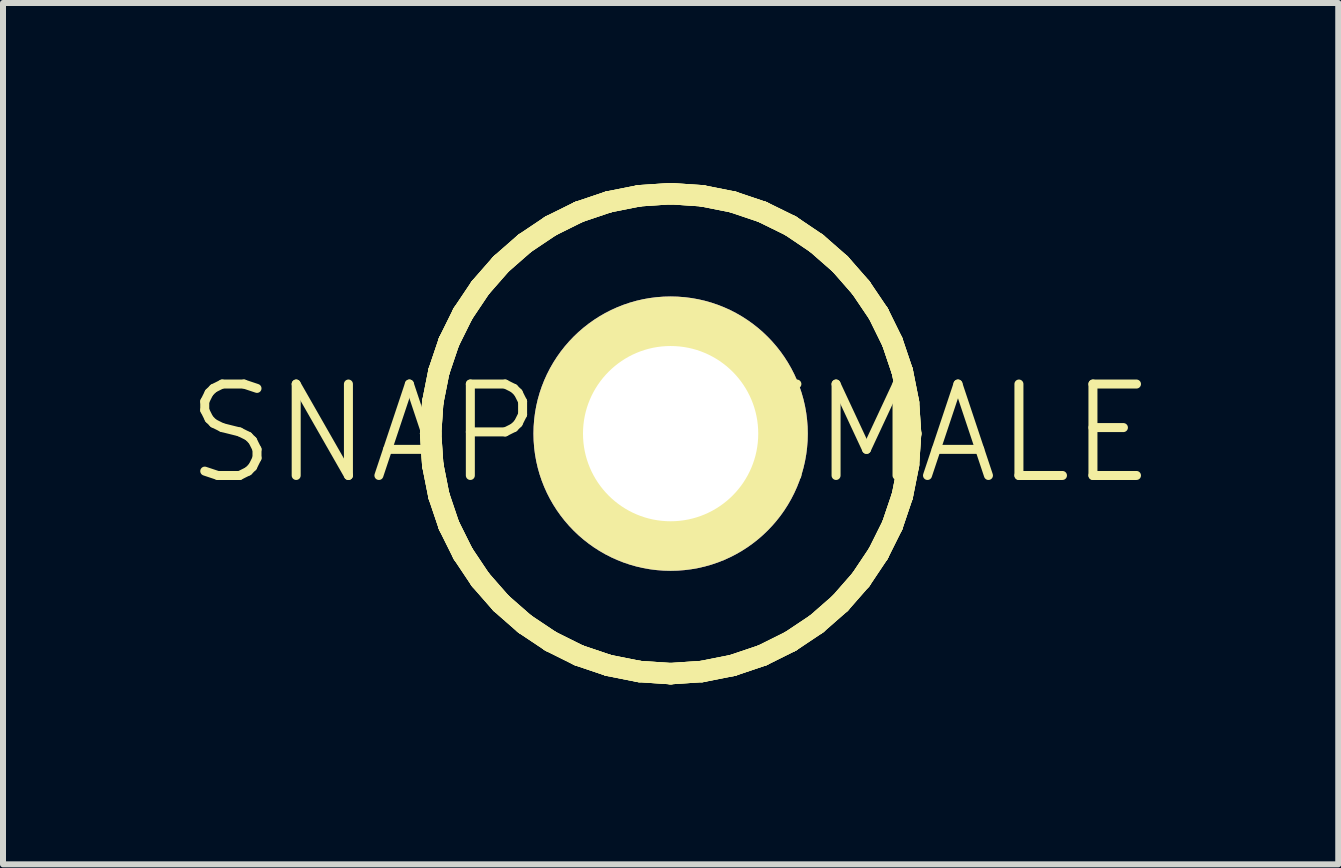
<source format=kicad_pcb>
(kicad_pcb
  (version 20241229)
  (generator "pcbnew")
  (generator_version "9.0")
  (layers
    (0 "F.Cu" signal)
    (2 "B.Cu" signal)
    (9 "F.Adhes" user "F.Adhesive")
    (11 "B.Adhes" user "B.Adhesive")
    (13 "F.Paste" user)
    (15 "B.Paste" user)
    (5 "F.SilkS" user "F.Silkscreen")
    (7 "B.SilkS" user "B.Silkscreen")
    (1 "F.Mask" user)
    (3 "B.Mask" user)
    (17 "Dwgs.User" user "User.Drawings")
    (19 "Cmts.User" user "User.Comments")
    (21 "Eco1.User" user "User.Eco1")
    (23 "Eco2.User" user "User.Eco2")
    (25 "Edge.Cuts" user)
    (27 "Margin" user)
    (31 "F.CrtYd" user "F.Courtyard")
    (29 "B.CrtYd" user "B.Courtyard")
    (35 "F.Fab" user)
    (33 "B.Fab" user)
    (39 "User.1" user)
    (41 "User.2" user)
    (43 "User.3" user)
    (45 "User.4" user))
  (footprint "SNAP-FEMALE"
    (layer "F.Cu")
    (at 8.128 4.178)
    (property "Reference" "SNAP-FEMALE" (at 0 0 0) (layer "F.SilkS") (effects (font (size 1.524 1.524) (thickness 0.15))))
    (attr exclude_from_pos_files exclude_from_bom)
    (fp_line (start -4 0) (end -3.965 -0.521) (stroke (width 0.254) (type solid)) (layer "B.Cu"))
    (fp_line (start -3.965 -0.521) (end -3.863 -1.034) (stroke (width 0.254) (type solid)) (layer "B.Cu"))
    (fp_line (start -3.965 0.521) (end -4 0) (stroke (width 0.254) (type solid)) (layer "B.Cu"))
    (fp_line (start -3.863 -1.034) (end -3.696 -1.529) (stroke (width 0.254) (type solid)) (layer "B.Cu"))
    (fp_line (start -3.863 1.034) (end -3.965 0.521) (stroke (width 0.254) (type solid)) (layer "B.Cu"))
    (fp_line (start -3.696 -1.529) (end -3.462 -1.999) (stroke (width 0.254) (type solid)) (layer "B.Cu"))
    (fp_line (start -3.696 1.529) (end -3.863 1.034) (stroke (width 0.254) (type solid)) (layer "B.Cu"))
    (fp_line (start -3.462 -1.999) (end -3.172 -2.433) (stroke (width 0.254) (type solid)) (layer "B.Cu"))
    (fp_line (start -3.462 1.999) (end -3.696 1.529) (stroke (width 0.254) (type solid)) (layer "B.Cu"))
    (fp_line (start -3.172 -2.433) (end -2.827 -2.827) (stroke (width 0.254) (type solid)) (layer "B.Cu"))
    (fp_line (start -3.172 2.433) (end -3.462 1.999) (stroke (width 0.254) (type solid)) (layer "B.Cu"))
    (fp_line (start -2.827 -2.827) (end -2.433 -3.172) (stroke (width 0.254) (type solid)) (layer "B.Cu"))
    (fp_line (start -2.827 2.827) (end -3.172 2.433) (stroke (width 0.254) (type solid)) (layer "B.Cu"))
    (fp_line (start -2.433 -3.172) (end -1.999 -3.462) (stroke (width 0.254) (type solid)) (layer "B.Cu"))
    (fp_line (start -2.433 3.172) (end -2.827 2.827) (stroke (width 0.254) (type solid)) (layer "B.Cu"))
    (fp_line (start -1.999 -3.462) (end -1.529 -3.696) (stroke (width 0.254) (type solid)) (layer "B.Cu"))
    (fp_line (start -1.999 3.462) (end -2.433 3.172) (stroke (width 0.254) (type solid)) (layer "B.Cu"))
    (fp_line (start -1.529 -3.696) (end -1.034 -3.863) (stroke (width 0.254) (type solid)) (layer "B.Cu"))
    (fp_line (start -1.529 3.696) (end -1.999 3.462) (stroke (width 0.254) (type solid)) (layer "B.Cu"))
    (fp_line (start -1.034 -3.863) (end -0.521 -3.965) (stroke (width 0.254) (type solid)) (layer "B.Cu"))
    (fp_line (start -1.034 3.863) (end -1.529 3.696) (stroke (width 0.254) (type solid)) (layer "B.Cu"))
    (fp_line (start -0.521 -3.965) (end 0 -4) (stroke (width 0.254) (type solid)) (layer "B.Cu"))
    (fp_line (start -0.521 3.965) (end -1.034 3.863) (stroke (width 0.254) (type solid)) (layer "B.Cu"))
    (fp_line (start 0 -4) (end 0.521 -3.965) (stroke (width 0.254) (type solid)) (layer "B.Cu"))
    (fp_line (start 0 4) (end -0.521 3.965) (stroke (width 0.254) (type solid)) (layer "B.Cu"))
    (fp_line (start 0.521 -3.965) (end 1.034 -3.863) (stroke (width 0.254) (type solid)) (layer "B.Cu"))
    (fp_line (start 0.521 3.965) (end 0 4) (stroke (width 0.254) (type solid)) (layer "B.Cu"))
    (fp_line (start 1.034 -3.863) (end 1.529 -3.696) (stroke (width 0.254) (type solid)) (layer "B.Cu"))
    (fp_line (start 1.034 3.863) (end 0.521 3.965) (stroke (width 0.254) (type solid)) (layer "B.Cu"))
    (fp_line (start 1.529 -3.696) (end 1.999 -3.465) (stroke (width 0.254) (type solid)) (layer "B.Cu"))
    (fp_line (start 1.529 3.696) (end 1.034 3.863) (stroke (width 0.254) (type solid)) (layer "B.Cu"))
    (fp_line (start 1.999 -3.465) (end 2.433 -3.172) (stroke (width 0.254) (type solid)) (layer "B.Cu"))
    (fp_line (start 1.999 3.462) (end 1.529 3.696) (stroke (width 0.254) (type solid)) (layer "B.Cu"))
    (fp_line (start 2.433 -3.172) (end 2.827 -2.827) (stroke (width 0.254) (type solid)) (layer "B.Cu"))
    (fp_line (start 2.433 3.172) (end 1.999 3.462) (stroke (width 0.254) (type solid)) (layer "B.Cu"))
    (fp_line (start 2.827 -2.827) (end 3.172 -2.433) (stroke (width 0.254) (type solid)) (layer "B.Cu"))
    (fp_line (start 2.827 2.827) (end 2.433 3.172) (stroke (width 0.254) (type solid)) (layer "B.Cu"))
    (fp_line (start 3.172 -2.433) (end 3.465 -1.999) (stroke (width 0.254) (type solid)) (layer "B.Cu"))
    (fp_line (start 3.172 2.433) (end 2.827 2.827) (stroke (width 0.254) (type solid)) (layer "B.Cu"))
    (fp_line (start 3.462 1.999) (end 3.172 2.433) (stroke (width 0.254) (type solid)) (layer "B.Cu"))
    (fp_line (start 3.465 -1.999) (end 3.696 -1.529) (stroke (width 0.254) (type solid)) (layer "B.Cu"))
    (fp_line (start 3.696 -1.529) (end 3.863 -1.034) (stroke (width 0.254) (type solid)) (layer "B.Cu"))
    (fp_line (start 3.696 1.529) (end 3.462 1.999) (stroke (width 0.254) (type solid)) (layer "B.Cu"))
    (fp_line (start 3.863 -1.034) (end 3.965 -0.521) (stroke (width 0.254) (type solid)) (layer "B.Cu"))
    (fp_line (start 3.863 1.034) (end 3.696 1.529) (stroke (width 0.254) (type solid)) (layer "B.Cu"))
    (fp_line (start 3.965 -0.521) (end 4 0) (stroke (width 0.254) (type solid)) (layer "B.Cu"))
    (fp_line (start 3.965 0.521) (end 3.863 1.034) (stroke (width 0.254) (type solid)) (layer "B.Cu"))
    (fp_line (start 4 0) (end 3.965 0.521) (stroke (width 0.254) (type solid)) (layer "B.Cu"))
    (fp_line (start -4 0) (end -3.965 -0.521) (stroke (width 0.356) (type solid)) (layer "F.SilkS"))
    (fp_line (start -4 0) (end -3.965 -0.521) (stroke (width 0.356) (type solid)) (layer "F.SilkS"))
    (fp_line (start -4 0) (end -3.965 -0.521) (stroke (width 0.356) (type solid)) (layer "F.SilkS"))
    (fp_line (start -3.965 -0.521) (end -3.863 -1.034) (stroke (width 0.356) (type solid)) (layer "F.SilkS"))
    (fp_line (start -3.965 -0.521) (end -3.863 -1.034) (stroke (width 0.356) (type solid)) (layer "F.SilkS"))
    (fp_line (start -3.965 -0.521) (end -3.863 -1.034) (stroke (width 0.356) (type solid)) (layer "F.SilkS"))
    (fp_line (start -3.965 0.521) (end -4 0) (stroke (width 0.356) (type solid)) (layer "F.SilkS"))
    (fp_line (start -3.965 0.521) (end -4 0) (stroke (width 0.356) (type solid)) (layer "F.SilkS"))
    (fp_line (start -3.965 0.521) (end -4 0) (stroke (width 0.356) (type solid)) (layer "F.SilkS"))
    (fp_line (start -3.863 -1.034) (end -3.696 -1.529) (stroke (width 0.356) (type solid)) (layer "F.SilkS"))
    (fp_line (start -3.863 -1.034) (end -3.696 -1.529) (stroke (width 0.356) (type solid)) (layer "F.SilkS"))
    (fp_line (start -3.863 -1.034) (end -3.696 -1.529) (stroke (width 0.356) (type solid)) (layer "F.SilkS"))
    (fp_line (start -3.863 1.034) (end -3.965 0.521) (stroke (width 0.356) (type solid)) (layer "F.SilkS"))
    (fp_line (start -3.863 1.034) (end -3.965 0.521) (stroke (width 0.356) (type solid)) (layer "F.SilkS"))
    (fp_line (start -3.863 1.034) (end -3.965 0.521) (stroke (width 0.356) (type solid)) (layer "F.SilkS"))
    (fp_line (start -3.696 -1.529) (end -3.465 -1.999) (stroke (width 0.356) (type solid)) (layer "F.SilkS"))
    (fp_line (start -3.696 -1.529) (end -3.462 -1.999) (stroke (width 0.356) (type solid)) (layer "F.SilkS"))
    (fp_line (start -3.696 -1.529) (end -3.462 -1.999) (stroke (width 0.356) (type solid)) (layer "F.SilkS"))
    (fp_line (start -3.696 1.529) (end -3.863 1.034) (stroke (width 0.356) (type solid)) (layer "F.SilkS"))
    (fp_line (start -3.696 1.529) (end -3.863 1.034) (stroke (width 0.356) (type solid)) (layer "F.SilkS"))
    (fp_line (start -3.696 1.529) (end -3.863 1.034) (stroke (width 0.356) (type solid)) (layer "F.SilkS"))
    (fp_line (start -3.465 -1.999) (end -3.172 -2.433) (stroke (width 0.356) (type solid)) (layer "F.SilkS"))
    (fp_line (start -3.462 -1.999) (end -3.172 -2.433) (stroke (width 0.356) (type solid)) (layer "F.SilkS"))
    (fp_line (start -3.462 -1.999) (end -3.172 -2.433) (stroke (width 0.356) (type solid)) (layer "F.SilkS"))
    (fp_line (start -3.462 1.999) (end -3.696 1.529) (stroke (width 0.356) (type solid)) (layer "F.SilkS"))
    (fp_line (start -3.462 1.999) (end -3.696 1.529) (stroke (width 0.356) (type solid)) (layer "F.SilkS"))
    (fp_line (start -3.462 1.999) (end -3.696 1.529) (stroke (width 0.356) (type solid)) (layer "F.SilkS"))
    (fp_line (start -3.172 -2.433) (end -2.827 -2.827) (stroke (width 0.356) (type solid)) (layer "F.SilkS"))
    (fp_line (start -3.172 -2.433) (end -2.827 -2.827) (stroke (width 0.356) (type solid)) (layer "F.SilkS"))
    (fp_line (start -3.172 -2.433) (end -2.827 -2.827) (stroke (width 0.356) (type solid)) (layer "F.SilkS"))
    (fp_line (start -3.172 2.433) (end -3.462 1.999) (stroke (width 0.356) (type solid)) (layer "F.SilkS"))
    (fp_line (start -3.172 2.433) (end -3.462 1.999) (stroke (width 0.356) (type solid)) (layer "F.SilkS"))
    (fp_line (start -3.172 2.433) (end -3.462 1.999) (stroke (width 0.356) (type solid)) (layer "F.SilkS"))
    (fp_line (start -2.827 -2.827) (end -2.433 -3.172) (stroke (width 0.356) (type solid)) (layer "F.SilkS"))
    (fp_line (start -2.827 -2.827) (end -2.433 -3.172) (stroke (width 0.356) (type solid)) (layer "F.SilkS"))
    (fp_line (start -2.827 -2.827) (end -2.433 -3.172) (stroke (width 0.356) (type solid)) (layer "F.SilkS"))
    (fp_line (start -2.827 2.827) (end -3.172 2.433) (stroke (width 0.356) (type solid)) (layer "F.SilkS"))
    (fp_line (start -2.827 2.827) (end -3.172 2.433) (stroke (width 0.356) (type solid)) (layer "F.SilkS"))
    (fp_line (start -2.827 2.827) (end -3.172 2.433) (stroke (width 0.356) (type solid)) (layer "F.SilkS"))
    (fp_line (start -2.433 -3.172) (end -1.999 -3.465) (stroke (width 0.356) (type solid)) (layer "F.SilkS"))
    (fp_line (start -2.433 -3.172) (end -1.999 -3.462) (stroke (width 0.356) (type solid)) (layer "F.SilkS"))
    (fp_line (start -2.433 -3.172) (end -1.999 -3.462) (stroke (width 0.356) (type solid)) (layer "F.SilkS"))
    (fp_line (start -2.433 3.172) (end -2.827 2.827) (stroke (width 0.356) (type solid)) (layer "F.SilkS"))
    (fp_line (start -2.433 3.172) (end -2.827 2.827) (stroke (width 0.356) (type solid)) (layer "F.SilkS"))
    (fp_line (start -2.433 3.172) (end -2.827 2.827) (stroke (width 0.356) (type solid)) (layer "F.SilkS"))
    (fp_line (start -1.999 -3.465) (end -1.529 -3.696) (stroke (width 0.356) (type solid)) (layer "F.SilkS"))
    (fp_line (start -1.999 -3.462) (end -1.529 -3.696) (stroke (width 0.356) (type solid)) (layer "F.SilkS"))
    (fp_line (start -1.999 -3.462) (end -1.529 -3.696) (stroke (width 0.356) (type solid)) (layer "F.SilkS"))
    (fp_line (start -1.999 3.462) (end -2.433 3.172) (stroke (width 0.356) (type solid)) (layer "F.SilkS"))
    (fp_line (start -1.999 3.462) (end -2.433 3.172) (stroke (width 0.356) (type solid)) (layer "F.SilkS"))
    (fp_line (start -1.999 3.462) (end -2.433 3.172) (stroke (width 0.356) (type solid)) (layer "F.SilkS"))
    (fp_line (start -1.529 -3.696) (end -1.034 -3.863) (stroke (width 0.356) (type solid)) (layer "F.SilkS"))
    (fp_line (start -1.529 -3.696) (end -1.034 -3.863) (stroke (width 0.356) (type solid)) (layer "F.SilkS"))
    (fp_line (start -1.529 -3.696) (end -1.034 -3.863) (stroke (width 0.356) (type solid)) (layer "F.SilkS"))
    (fp_line (start -1.529 3.696) (end -1.999 3.462) (stroke (width 0.356) (type solid)) (layer "F.SilkS"))
    (fp_line (start -1.529 3.696) (end -1.999 3.462) (stroke (width 0.356) (type solid)) (layer "F.SilkS"))
    (fp_line (start -1.529 3.696) (end -1.999 3.462) (stroke (width 0.356) (type solid)) (layer "F.SilkS"))
    (fp_line (start -1.034 -3.863) (end -0.521 -3.965) (stroke (width 0.356) (type solid)) (layer "F.SilkS"))
    (fp_line (start -1.034 -3.863) (end -0.521 -3.965) (stroke (width 0.356) (type solid)) (layer "F.SilkS"))
    (fp_line (start -1.034 -3.863) (end -0.521 -3.965) (stroke (width 0.356) (type solid)) (layer "F.SilkS"))
    (fp_line (start -1.034 3.863) (end -1.529 3.696) (stroke (width 0.356) (type solid)) (layer "F.SilkS"))
    (fp_line (start -1.034 3.863) (end -1.529 3.696) (stroke (width 0.356) (type solid)) (layer "F.SilkS"))
    (fp_line (start -1.034 3.863) (end -1.529 3.696) (stroke (width 0.356) (type solid)) (layer "F.SilkS"))
    (fp_line (start -0.521 -3.965) (end 0 -4) (stroke (width 0.356) (type solid)) (layer "F.SilkS"))
    (fp_line (start -0.521 -3.965) (end 0 -4) (stroke (width 0.356) (type solid)) (layer "F.SilkS"))
    (fp_line (start -0.521 -3.965) (end 0 -4) (stroke (width 0.356) (type solid)) (layer "F.SilkS"))
    (fp_line (start -0.521 3.965) (end -1.034 3.863) (stroke (width 0.356) (type solid)) (layer "F.SilkS"))
    (fp_line (start -0.521 3.965) (end -1.034 3.863) (stroke (width 0.356) (type solid)) (layer "F.SilkS"))
    (fp_line (start -0.521 3.965) (end -1.034 3.863) (stroke (width 0.356) (type solid)) (layer "F.SilkS"))
    (fp_line (start 0 -4) (end 0.521 -3.965) (stroke (width 0.356) (type solid)) (layer "F.SilkS"))
    (fp_line (start 0 -4) (end 0.521 -3.965) (stroke (width 0.356) (type solid)) (layer "F.SilkS"))
    (fp_line (start 0 -4) (end 0.521 -3.965) (stroke (width 0.356) (type solid)) (layer "F.SilkS"))
    (fp_line (start 0 4) (end -0.521 3.965) (stroke (width 0.356) (type solid)) (layer "F.SilkS"))
    (fp_line (start 0 4) (end -0.521 3.965) (stroke (width 0.356) (type solid)) (layer "F.SilkS"))
    (fp_line (start 0 4) (end -0.521 3.965) (stroke (width 0.356) (type solid)) (layer "F.SilkS"))
    (fp_line (start 0.521 -3.965) (end 1.034 -3.863) (stroke (width 0.356) (type solid)) (layer "F.SilkS"))
    (fp_line (start 0.521 -3.965) (end 1.034 -3.863) (stroke (width 0.356) (type solid)) (layer "F.SilkS"))
    (fp_line (start 0.521 -3.965) (end 1.034 -3.863) (stroke (width 0.356) (type solid)) (layer "F.SilkS"))
    (fp_line (start 0.521 3.965) (end 0 4) (stroke (width 0.356) (type solid)) (layer "F.SilkS"))
    (fp_line (start 0.521 3.965) (end 0 4) (stroke (width 0.356) (type solid)) (layer "F.SilkS"))
    (fp_line (start 0.521 3.965) (end 0 4) (stroke (width 0.356) (type solid)) (layer "F.SilkS"))
    (fp_line (start 1.034 -3.863) (end 1.529 -3.696) (stroke (width 0.356) (type solid)) (layer "F.SilkS"))
    (fp_line (start 1.034 -3.863) (end 1.529 -3.696) (stroke (width 0.356) (type solid)) (layer "F.SilkS"))
    (fp_line (start 1.034 -3.863) (end 1.529 -3.696) (stroke (width 0.356) (type solid)) (layer "F.SilkS"))
    (fp_line (start 1.034 3.863) (end 0.521 3.965) (stroke (width 0.356) (type solid)) (layer "F.SilkS"))
    (fp_line (start 1.034 3.863) (end 0.521 3.965) (stroke (width 0.356) (type solid)) (layer "F.SilkS"))
    (fp_line (start 1.034 3.863) (end 0.521 3.965) (stroke (width 0.356) (type solid)) (layer "F.SilkS"))
    (fp_line (start 1.529 -3.696) (end 1.999 -3.465) (stroke (width 0.356) (type solid)) (layer "F.SilkS"))
    (fp_line (start 1.529 -3.696) (end 1.999 -3.465) (stroke (width 0.356) (type solid)) (layer "F.SilkS"))
    (fp_line (start 1.529 -3.696) (end 1.999 -3.465) (stroke (width 0.356) (type solid)) (layer "F.SilkS"))
    (fp_line (start 1.529 3.696) (end 1.034 3.863) (stroke (width 0.356) (type solid)) (layer "F.SilkS"))
    (fp_line (start 1.529 3.696) (end 1.034 3.863) (stroke (width 0.356) (type solid)) (layer "F.SilkS"))
    (fp_line (start 1.529 3.696) (end 1.034 3.863) (stroke (width 0.356) (type solid)) (layer "F.SilkS"))
    (fp_line (start 1.999 -3.465) (end 2.433 -3.172) (stroke (width 0.356) (type solid)) (layer "F.SilkS"))
    (fp_line (start 1.999 -3.465) (end 2.433 -3.172) (stroke (width 0.356) (type solid)) (layer "F.SilkS"))
    (fp_line (start 1.999 -3.465) (end 2.433 -3.172) (stroke (width 0.356) (type solid)) (layer "F.SilkS"))
    (fp_line (start 1.999 3.462) (end 1.529 3.696) (stroke (width 0.356) (type solid)) (layer "F.SilkS"))
    (fp_line (start 1.999 3.462) (end 1.529 3.696) (stroke (width 0.356) (type solid)) (layer "F.SilkS"))
    (fp_line (start 1.999 3.462) (end 1.529 3.696) (stroke (width 0.356) (type solid)) (layer "F.SilkS"))
    (fp_line (start 2.433 -3.172) (end 2.827 -2.827) (stroke (width 0.356) (type solid)) (layer "F.SilkS"))
    (fp_line (start 2.433 -3.172) (end 2.827 -2.827) (stroke (width 0.356) (type solid)) (layer "F.SilkS"))
    (fp_line (start 2.433 -3.172) (end 2.827 -2.827) (stroke (width 0.356) (type solid)) (layer "F.SilkS"))
    (fp_line (start 2.433 3.172) (end 1.999 3.462) (stroke (width 0.356) (type solid)) (layer "F.SilkS"))
    (fp_line (start 2.433 3.172) (end 1.999 3.462) (stroke (width 0.356) (type solid)) (layer "F.SilkS"))
    (fp_line (start 2.433 3.172) (end 1.999 3.462) (stroke (width 0.356) (type solid)) (layer "F.SilkS"))
    (fp_line (start 2.827 -2.827) (end 3.172 -2.433) (stroke (width 0.356) (type solid)) (layer "F.SilkS"))
    (fp_line (start 2.827 -2.827) (end 3.172 -2.433) (stroke (width 0.356) (type solid)) (layer "F.SilkS"))
    (fp_line (start 2.827 -2.827) (end 3.172 -2.433) (stroke (width 0.356) (type solid)) (layer "F.SilkS"))
    (fp_line (start 2.827 2.827) (end 2.433 3.172) (stroke (width 0.356) (type solid)) (layer "F.SilkS"))
    (fp_line (start 2.827 2.827) (end 2.433 3.172) (stroke (width 0.356) (type solid)) (layer "F.SilkS"))
    (fp_line (start 2.827 2.827) (end 2.433 3.172) (stroke (width 0.356) (type solid)) (layer "F.SilkS"))
    (fp_line (start 3.172 -2.433) (end 3.465 -1.999) (stroke (width 0.356) (type solid)) (layer "F.SilkS"))
    (fp_line (start 3.172 -2.433) (end 3.465 -1.999) (stroke (width 0.356) (type solid)) (layer "F.SilkS"))
    (fp_line (start 3.172 -2.433) (end 3.465 -1.999) (stroke (width 0.356) (type solid)) (layer "F.SilkS"))
    (fp_line (start 3.172 2.433) (end 2.827 2.827) (stroke (width 0.356) (type solid)) (layer "F.SilkS"))
    (fp_line (start 3.172 2.433) (end 2.827 2.827) (stroke (width 0.356) (type solid)) (layer "F.SilkS"))
    (fp_line (start 3.172 2.433) (end 2.827 2.827) (stroke (width 0.356) (type solid)) (layer "F.SilkS"))
    (fp_line (start 3.462 1.999) (end 3.172 2.433) (stroke (width 0.356) (type solid)) (layer "F.SilkS"))
    (fp_line (start 3.462 1.999) (end 3.172 2.433) (stroke (width 0.356) (type solid)) (layer "F.SilkS"))
    (fp_line (start 3.462 1.999) (end 3.172 2.433) (stroke (width 0.356) (type solid)) (layer "F.SilkS"))
    (fp_line (start 3.465 -1.999) (end 3.696 -1.529) (stroke (width 0.356) (type solid)) (layer "F.SilkS"))
    (fp_line (start 3.465 -1.999) (end 3.696 -1.529) (stroke (width 0.356) (type solid)) (layer "F.SilkS"))
    (fp_line (start 3.465 -1.999) (end 3.696 -1.529) (stroke (width 0.356) (type solid)) (layer "F.SilkS"))
    (fp_line (start 3.696 -1.529) (end 3.863 -1.034) (stroke (width 0.356) (type solid)) (layer "F.SilkS"))
    (fp_line (start 3.696 -1.529) (end 3.863 -1.034) (stroke (width 0.356) (type solid)) (layer "F.SilkS"))
    (fp_line (start 3.696 -1.529) (end 3.863 -1.034) (stroke (width 0.356) (type solid)) (layer "F.SilkS"))
    (fp_line (start 3.696 1.529) (end 3.462 1.999) (stroke (width 0.356) (type solid)) (layer "F.SilkS"))
    (fp_line (start 3.696 1.529) (end 3.462 1.999) (stroke (width 0.356) (type solid)) (layer "F.SilkS"))
    (fp_line (start 3.696 1.529) (end 3.462 1.999) (stroke (width 0.356) (type solid)) (layer "F.SilkS"))
    (fp_line (start 3.863 -1.034) (end 3.965 -0.521) (stroke (width 0.356) (type solid)) (layer "F.SilkS"))
    (fp_line (start 3.863 -1.034) (end 3.965 -0.521) (stroke (width 0.356) (type solid)) (layer "F.SilkS"))
    (fp_line (start 3.863 -1.034) (end 3.965 -0.521) (stroke (width 0.356) (type solid)) (layer "F.SilkS"))
    (fp_line (start 3.863 1.034) (end 3.696 1.529) (stroke (width 0.356) (type solid)) (layer "F.SilkS"))
    (fp_line (start 3.863 1.034) (end 3.696 1.529) (stroke (width 0.356) (type solid)) (layer "F.SilkS"))
    (fp_line (start 3.863 1.034) (end 3.696 1.529) (stroke (width 0.356) (type solid)) (layer "F.SilkS"))
    (fp_line (start 3.965 -0.521) (end 4 0) (stroke (width 0.356) (type solid)) (layer "F.SilkS"))
    (fp_line (start 3.965 -0.521) (end 4 0) (stroke (width 0.356) (type solid)) (layer "F.SilkS"))
    (fp_line (start 3.965 -0.521) (end 4 0) (stroke (width 0.356) (type solid)) (layer "F.SilkS"))
    (fp_line (start 3.965 0.521) (end 3.863 1.034) (stroke (width 0.356) (type solid)) (layer "F.SilkS"))
    (fp_line (start 3.965 0.521) (end 3.863 1.034) (stroke (width 0.356) (type solid)) (layer "F.SilkS"))
    (fp_line (start 3.965 0.521) (end 3.863 1.034) (stroke (width 0.356) (type solid)) (layer "F.SilkS"))
    (fp_line (start 4 0) (end 3.965 0.521) (stroke (width 0.356) (type solid)) (layer "F.SilkS"))
    (fp_line (start 4 0) (end 3.965 0.521) (stroke (width 0.356) (type solid)) (layer "F.SilkS"))
    (fp_line (start 4 0) (end 3.965 0.521) (stroke (width 0.356) (type solid)) (layer "F.SilkS"))
    (pad "1" thru_hole circle (at 0 0) (size 4.572 4.572) (drill 2.921) (layers "*.Cu" "F.Mask" "F.SilkS" "F.Paste")))
  (gr_rect
    (start -3 -3)
    (end 19.256 11.357)
    (stroke (width 0.1) (type default))
    (fill no)
    (layer "Edge.Cuts")))
</source>
